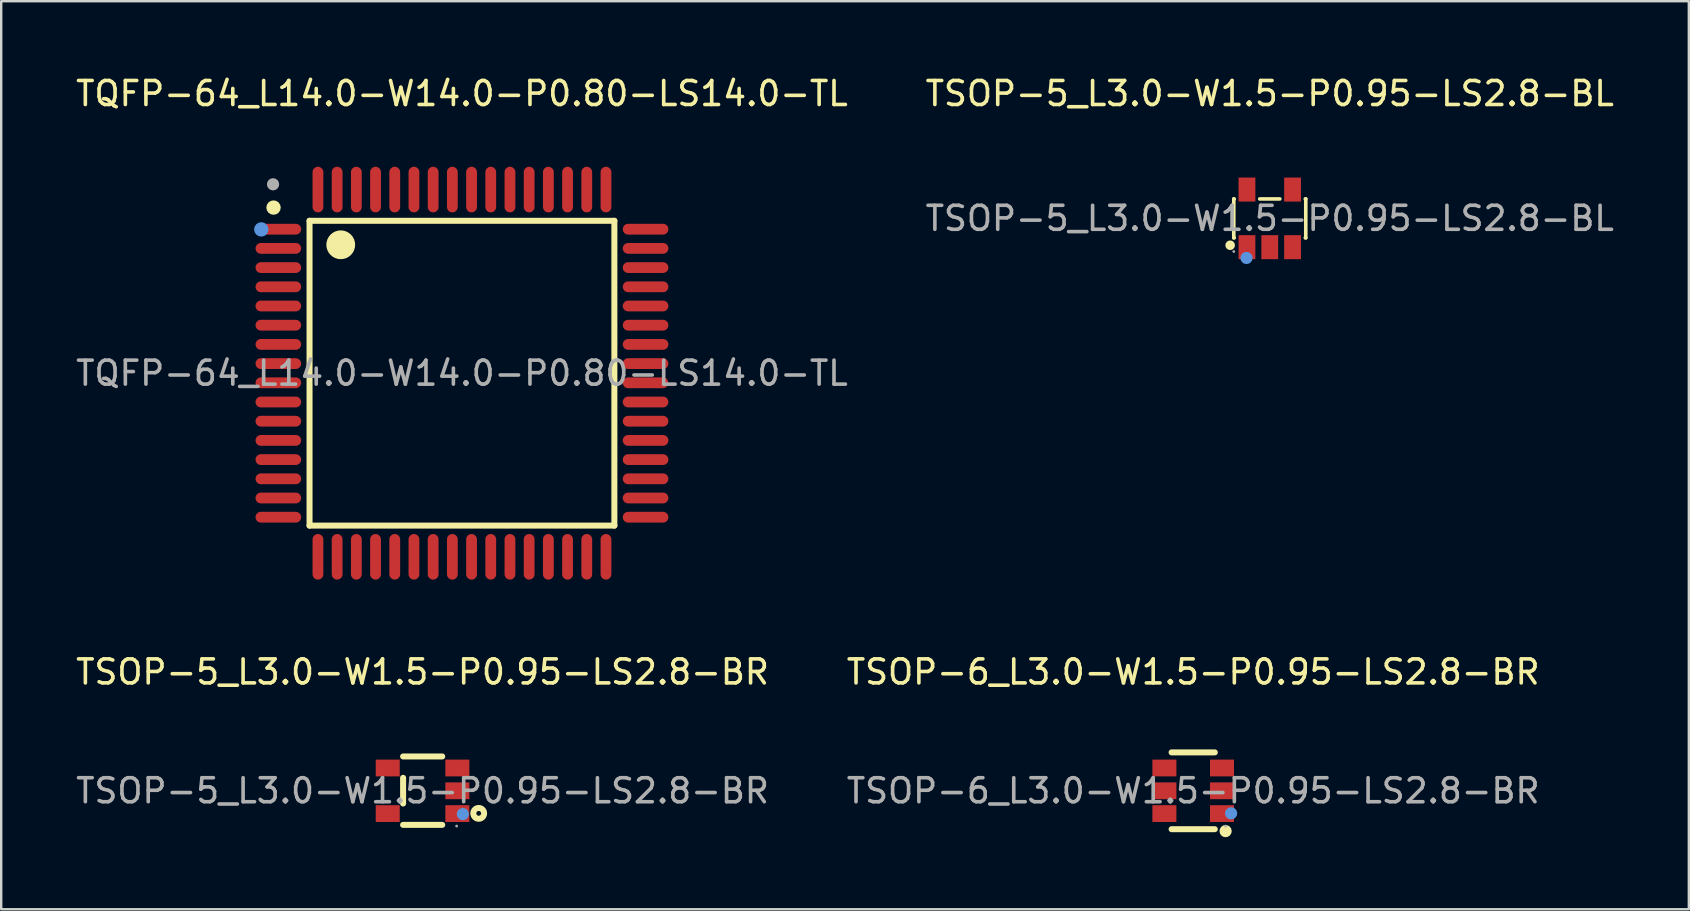
<source format=kicad_pcb>
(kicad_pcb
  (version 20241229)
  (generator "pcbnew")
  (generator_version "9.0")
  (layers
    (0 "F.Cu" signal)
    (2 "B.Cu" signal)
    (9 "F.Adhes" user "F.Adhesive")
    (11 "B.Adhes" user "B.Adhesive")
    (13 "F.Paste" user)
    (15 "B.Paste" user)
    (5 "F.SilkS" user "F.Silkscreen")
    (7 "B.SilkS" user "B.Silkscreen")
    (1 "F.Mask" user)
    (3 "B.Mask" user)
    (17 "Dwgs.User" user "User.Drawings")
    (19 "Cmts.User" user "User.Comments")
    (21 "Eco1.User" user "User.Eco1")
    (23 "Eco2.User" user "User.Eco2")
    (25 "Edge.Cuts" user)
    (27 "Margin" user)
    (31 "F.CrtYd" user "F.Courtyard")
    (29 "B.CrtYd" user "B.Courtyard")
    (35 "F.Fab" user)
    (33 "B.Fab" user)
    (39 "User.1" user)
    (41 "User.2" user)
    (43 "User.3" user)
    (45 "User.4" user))
  (footprint "TQFP-64_L14.0-W14.0-P0.80-LS14.0-TL"
    (layer "F.Cu")
    (at 16.196 12.498)
    (property "Reference" "TQFP-64_L14.0-W14.0-P0.80-LS14.0-TL" (at 0 -11.65 0) (layer "F.SilkS") (effects (font (size 1 1) (thickness 0.15))))
    (attr through_hole)
    (fp_line (start -6.35 -6.35) (end 6.35 -6.35) (stroke (width 0.25) (type solid)) (layer "F.SilkS"))
    (fp_line (start -6.35 6.35) (end -6.35 -6.35) (stroke (width 0.25) (type solid)) (layer "F.SilkS"))
    (fp_line (start 6.35 -6.35) (end 6.35 6.35) (stroke (width 0.25) (type solid)) (layer "F.SilkS"))
    (fp_line (start 6.35 6.35) (end -6.35 6.35) (stroke (width 0.25) (type solid)) (layer "F.SilkS"))
    (fp_arc (start -7.85 -6.9) (mid -7.85 -6.9) (end -7.85 -6.9) (stroke (width 0.3) (type solid)) (layer "F.SilkS"))
    (fp_arc (start -5.05 -5.35) (mid -5.05 -5.35) (end -5.05 -5.35) (stroke (width 0.6) (type solid)) (layer "F.SilkS"))
    (fp_circle (center -8.36 -5.99) (end -8.21 -5.99) (stroke (width 0.3) (type solid)) (fill no) (layer "Cmts.User"))
    (fp_circle (center -7.87 -7.87) (end -7.74 -7.87) (stroke (width 0.25) (type solid)) (fill no) (layer "F.Fab"))
    (fp_text user "${REFERENCE}" (at 0 0 0) (layer "F.Fab") (effects (font (size 1 1) (thickness 0.15))))
    (pad "1" smd oval (at -7.65 -6 90) (size 0.45 1.9) (layers "F.Cu" "F.Mask" "F.Paste"))
    (pad "2" smd oval (at -7.65 -5.2 90) (size 0.45 1.9) (layers "F.Cu" "F.Mask" "F.Paste"))
    (pad "3" smd oval (at -7.65 -4.4 90) (size 0.45 1.9) (layers "F.Cu" "F.Mask" "F.Paste"))
    (pad "4" smd oval (at -7.65 -3.6 90) (size 0.45 1.9) (layers "F.Cu" "F.Mask" "F.Paste"))
    (pad "5" smd oval (at -7.65 -2.8 90) (size 0.45 1.9) (layers "F.Cu" "F.Mask" "F.Paste"))
    (pad "6" smd oval (at -7.65 -2 90) (size 0.45 1.9) (layers "F.Cu" "F.Mask" "F.Paste"))
    (pad "7" smd oval (at -7.65 -1.2 90) (size 0.45 1.9) (layers "F.Cu" "F.Mask" "F.Paste"))
    (pad "8" smd oval (at -7.65 -0.4 90) (size 0.45 1.9) (layers "F.Cu" "F.Mask" "F.Paste"))
    (pad "9" smd oval (at -7.65 0.4 90) (size 0.45 1.9) (layers "F.Cu" "F.Mask" "F.Paste"))
    (pad "10" smd oval (at -7.65 1.2 90) (size 0.45 1.9) (layers "F.Cu" "F.Mask" "F.Paste"))
    (pad "11" smd oval (at -7.65 2 90) (size 0.45 1.9) (layers "F.Cu" "F.Mask" "F.Paste"))
    (pad "12" smd oval (at -7.65 2.8 90) (size 0.45 1.9) (layers "F.Cu" "F.Mask" "F.Paste"))
    (pad "13" smd oval (at -7.65 3.6 90) (size 0.45 1.9) (layers "F.Cu" "F.Mask" "F.Paste"))
    (pad "14" smd oval (at -7.65 4.4 90) (size 0.45 1.9) (layers "F.Cu" "F.Mask" "F.Paste"))
    (pad "15" smd oval (at -7.65 5.2 90) (size 0.45 1.9) (layers "F.Cu" "F.Mask" "F.Paste"))
    (pad "16" smd oval (at -7.65 6 90) (size 0.45 1.9) (layers "F.Cu" "F.Mask" "F.Paste"))
    (pad "17" smd oval (at -6 7.65) (size 0.45 1.9) (layers "F.Cu" "F.Mask" "F.Paste"))
    (pad "18" smd oval (at -5.2 7.65) (size 0.45 1.9) (layers "F.Cu" "F.Mask" "F.Paste"))
    (pad "19" smd oval (at -4.4 7.65) (size 0.45 1.9) (layers "F.Cu" "F.Mask" "F.Paste"))
    (pad "20" smd oval (at -3.6 7.65) (size 0.45 1.9) (layers "F.Cu" "F.Mask" "F.Paste"))
    (pad "21" smd oval (at -2.8 7.65) (size 0.45 1.9) (layers "F.Cu" "F.Mask" "F.Paste"))
    (pad "22" smd oval (at -2 7.65) (size 0.45 1.9) (layers "F.Cu" "F.Mask" "F.Paste"))
    (pad "23" smd oval (at -1.2 7.65) (size 0.45 1.9) (layers "F.Cu" "F.Mask" "F.Paste"))
    (pad "24" smd oval (at -0.4 7.65) (size 0.45 1.9) (layers "F.Cu" "F.Mask" "F.Paste"))
    (pad "25" smd oval (at 0.4 7.65) (size 0.45 1.9) (layers "F.Cu" "F.Mask" "F.Paste"))
    (pad "26" smd oval (at 1.2 7.65) (size 0.45 1.9) (layers "F.Cu" "F.Mask" "F.Paste"))
    (pad "27" smd oval (at 2 7.65) (size 0.45 1.9) (layers "F.Cu" "F.Mask" "F.Paste"))
    (pad "28" smd oval (at 2.8 7.65) (size 0.45 1.9) (layers "F.Cu" "F.Mask" "F.Paste"))
    (pad "29" smd oval (at 3.6 7.65) (size 0.45 1.9) (layers "F.Cu" "F.Mask" "F.Paste"))
    (pad "30" smd oval (at 4.4 7.65) (size 0.45 1.9) (layers "F.Cu" "F.Mask" "F.Paste"))
    (pad "31" smd oval (at 5.2 7.65) (size 0.45 1.9) (layers "F.Cu" "F.Mask" "F.Paste"))
    (pad "32" smd oval (at 6 7.65) (size 0.45 1.9) (layers "F.Cu" "F.Mask" "F.Paste"))
    (pad "33" smd oval (at 7.65 6 90) (size 0.45 1.9) (layers "F.Cu" "F.Mask" "F.Paste"))
    (pad "34" smd oval (at 7.65 5.2 90) (size 0.45 1.9) (layers "F.Cu" "F.Mask" "F.Paste"))
    (pad "35" smd oval (at 7.65 4.4 90) (size 0.45 1.9) (layers "F.Cu" "F.Mask" "F.Paste"))
    (pad "36" smd oval (at 7.65 3.6 90) (size 0.45 1.9) (layers "F.Cu" "F.Mask" "F.Paste"))
    (pad "37" smd oval (at 7.65 2.8 90) (size 0.45 1.9) (layers "F.Cu" "F.Mask" "F.Paste"))
    (pad "38" smd oval (at 7.65 2 90) (size 0.45 1.9) (layers "F.Cu" "F.Mask" "F.Paste"))
    (pad "39" smd oval (at 7.65 1.2 90) (size 0.45 1.9) (layers "F.Cu" "F.Mask" "F.Paste"))
    (pad "40" smd oval (at 7.65 0.4 90) (size 0.45 1.9) (layers "F.Cu" "F.Mask" "F.Paste"))
    (pad "41" smd oval (at 7.65 -0.4 90) (size 0.45 1.9) (layers "F.Cu" "F.Mask" "F.Paste"))
    (pad "42" smd oval (at 7.65 -1.2 90) (size 0.45 1.9) (layers "F.Cu" "F.Mask" "F.Paste"))
    (pad "43" smd oval (at 7.65 -2 90) (size 0.45 1.9) (layers "F.Cu" "F.Mask" "F.Paste"))
    (pad "44" smd oval (at 7.65 -2.8 90) (size 0.45 1.9) (layers "F.Cu" "F.Mask" "F.Paste"))
    (pad "45" smd oval (at 7.65 -3.6 90) (size 0.45 1.9) (layers "F.Cu" "F.Mask" "F.Paste"))
    (pad "46" smd oval (at 7.65 -4.4 90) (size 0.45 1.9) (layers "F.Cu" "F.Mask" "F.Paste"))
    (pad "47" smd oval (at 7.65 -5.2 90) (size 0.45 1.9) (layers "F.Cu" "F.Mask" "F.Paste"))
    (pad "48" smd oval (at 7.65 -6 90) (size 0.45 1.9) (layers "F.Cu" "F.Mask" "F.Paste"))
    (pad "49" smd oval (at 6 -7.65) (size 0.45 1.9) (layers "F.Cu" "F.Mask" "F.Paste"))
    (pad "50" smd oval (at 5.2 -7.65) (size 0.45 1.9) (layers "F.Cu" "F.Mask" "F.Paste"))
    (pad "51" smd oval (at 4.4 -7.65) (size 0.45 1.9) (layers "F.Cu" "F.Mask" "F.Paste"))
    (pad "52" smd oval (at 3.6 -7.65) (size 0.45 1.9) (layers "F.Cu" "F.Mask" "F.Paste"))
    (pad "53" smd oval (at 2.8 -7.65) (size 0.45 1.9) (layers "F.Cu" "F.Mask" "F.Paste"))
    (pad "54" smd oval (at 2 -7.65) (size 0.45 1.9) (layers "F.Cu" "F.Mask" "F.Paste"))
    (pad "55" smd oval (at 1.2 -7.65) (size 0.45 1.9) (layers "F.Cu" "F.Mask" "F.Paste"))
    (pad "56" smd oval (at 0.4 -7.65) (size 0.45 1.9) (layers "F.Cu" "F.Mask" "F.Paste"))
    (pad "57" smd oval (at -0.4 -7.65) (size 0.45 1.9) (layers "F.Cu" "F.Mask" "F.Paste"))
    (pad "58" smd oval (at -1.2 -7.65) (size 0.45 1.9) (layers "F.Cu" "F.Mask" "F.Paste"))
    (pad "59" smd oval (at -2 -7.65) (size 0.45 1.9) (layers "F.Cu" "F.Mask" "F.Paste"))
    (pad "60" smd oval (at -2.8 -7.65) (size 0.45 1.9) (layers "F.Cu" "F.Mask" "F.Paste"))
    (pad "61" smd oval (at -3.6 -7.65) (size 0.45 1.9) (layers "F.Cu" "F.Mask" "F.Paste"))
    (pad "62" smd oval (at -4.4 -7.65) (size 0.45 1.9) (layers "F.Cu" "F.Mask" "F.Paste"))
    (pad "63" smd oval (at -5.2 -7.65) (size 0.45 1.9) (layers "F.Cu" "F.Mask" "F.Paste"))
    (pad "64" smd oval (at -6 -7.65) (size 0.45 1.9) (layers "F.Cu" "F.Mask" "F.Paste")))
  (footprint "TSOP-5_L3.0-W1.5-P0.95-LS2.8-BL"
    (layer "F.Cu")
    (at 49.851 6.048)
    (property "Reference" "TSOP-5_L3.0-W1.5-P0.95-LS2.8-BL" (at 0 -5.2 0) (layer "F.SilkS") (effects (font (size 1 1) (thickness 0.15))))
    (attr through_hole)
    (fp_line (start -1.5 -0.81) (end -1.48 -0.81) (stroke (width 0.15) (type solid)) (layer "F.SilkS"))
    (fp_line (start -1.5 0.81) (end -1.5 -0.81) (stroke (width 0.15) (type solid)) (layer "F.SilkS"))
    (fp_line (start -1.48 0.81) (end -1.5 0.81) (stroke (width 0.15) (type solid)) (layer "F.SilkS"))
    (fp_line (start -0.42 -0.81) (end 0.42 -0.81) (stroke (width 0.15) (type solid)) (layer "F.SilkS"))
    (fp_line (start 1.48 -0.81) (end 1.5 -0.81) (stroke (width 0.15) (type solid)) (layer "F.SilkS"))
    (fp_line (start 1.5 -0.81) (end 1.5 0.81) (stroke (width 0.15) (type solid)) (layer "F.SilkS"))
    (fp_line (start 1.5 0.81) (end 1.48 0.81) (stroke (width 0.15) (type solid)) (layer "F.SilkS"))
    (fp_circle (center -1.65 1.12) (end -1.55 1.12) (stroke (width 0.2) (type solid)) (fill no) (layer "F.SilkS"))
    (fp_circle (center -0.97 1.65) (end -0.84 1.65) (stroke (width 0.25) (type solid)) (fill no) (layer "Cmts.User"))
    (fp_circle (center -1.5 1.38) (end -1.47 1.38) (stroke (width 0.06) (type solid)) (fill no) (layer "F.Fab"))
    (fp_text user "${REFERENCE}" (at 0 0 0) (layer "F.Fab") (effects (font (size 1 1) (thickness 0.15))))
    (pad "1" smd rect (at -0.95 1.2) (size 0.7 1) (layers "F.Cu" "F.Mask" "F.Paste"))
    (pad "2" smd rect (at 0 1.2) (size 0.7 1) (layers "F.Cu" "F.Mask" "F.Paste"))
    (pad "3" smd rect (at 0.95 1.2) (size 0.7 1) (layers "F.Cu" "F.Mask" "F.Paste"))
    (pad "4" smd rect (at 0.95 -1.2) (size 0.7 1) (layers "F.Cu" "F.Mask" "F.Paste"))
    (pad "5" smd rect (at -0.95 -1.2) (size 0.7 1) (layers "F.Cu" "F.Mask" "F.Paste")))
  (footprint "TSOP-5_L3.0-W1.5-P0.95-LS2.8-BR"
    (layer "F.Cu")
    (at 14.554 29.896)
    (property "Reference" "TSOP-5_L3.0-W1.5-P0.95-LS2.8-BR" (at 0 -4.95 0) (layer "F.SilkS") (effects (font (size 1 1) (thickness 0.15))))
    (attr through_hole)
    (fp_line (start -0.81 -1.43) (end 0.82 -1.43) (stroke (width 0.25) (type solid)) (layer "F.SilkS"))
    (fp_line (start -0.81 0.53) (end -0.81 -0.54) (stroke (width 0.25) (type solid)) (layer "F.SilkS"))
    (fp_line (start 0.82 1.42) (end -0.81 1.42) (stroke (width 0.25) (type solid)) (layer "F.SilkS"))
    (fp_circle (center 2.34 0.94) (end 2.44 0.94) (stroke (width 0.25) (type solid)) (fill no) (layer "F.SilkS"))
    (fp_circle (center 1.68 0.97) (end 1.81 0.97) (stroke (width 0.25) (type solid)) (fill no) (layer "Cmts.User"))
    (fp_circle (center 1.42 1.47) (end 1.45 1.47) (stroke (width 0.06) (type solid)) (fill no) (layer "F.Fab"))
    (fp_text user "${REFERENCE}" (at 0 0 0) (layer "F.Fab") (effects (font (size 1 1) (thickness 0.15))))
    (pad "1" smd rect (at 1.45 0.95 90) (size 0.7 1) (layers "F.Cu" "F.Mask" "F.Paste"))
    (pad "2" smd rect (at 1.45 0 90) (size 0.7 1) (layers "F.Cu" "F.Mask" "F.Paste"))
    (pad "3" smd rect (at 1.45 -0.95 90) (size 0.7 1) (layers "F.Cu" "F.Mask" "F.Paste"))
    (pad "4" smd rect (at -1.45 -0.95 90) (size 0.7 1) (layers "F.Cu" "F.Mask" "F.Paste"))
    (pad "5" smd rect (at -1.45 0.95 90) (size 0.7 1) (layers "F.Cu" "F.Mask" "F.Paste")))
  (footprint "TSOP-6_L3.0-W1.5-P0.95-LS2.8-BR"
    (layer "F.Cu")
    (at 46.661 29.896)
    (property "Reference" "TSOP-6_L3.0-W1.5-P0.95-LS2.8-BR" (at 0 -4.95 0) (layer "F.SilkS") (effects (font (size 1 1) (thickness 0.15))))
    (attr through_hole)
    (fp_line (start -0.9 -1.6) (end 0.9 -1.6) (stroke (width 0.25) (type solid)) (layer "F.SilkS"))
    (fp_line (start -0.9 1.6) (end 0.9 1.6) (stroke (width 0.25) (type solid)) (layer "F.SilkS"))
    (fp_circle (center 1.35 1.68) (end 1.48 1.68) (stroke (width 0.25) (type solid)) (fill no) (layer "F.SilkS"))
    (fp_circle (center 1.58 0.94) (end 1.71 0.94) (stroke (width 0.25) (type solid)) (fill no) (layer "Cmts.User"))
    (fp_circle (center 1.35 1.47) (end 1.38 1.47) (stroke (width 0.06) (type solid)) (fill no) (layer "F.Fab"))
    (fp_text user "${REFERENCE}" (at 0 0 0) (layer "F.Fab") (effects (font (size 1 1) (thickness 0.15))))
    (pad "1" smd rect (at 1.2 0.95) (size 1 0.7) (layers "F.Cu" "F.Mask" "F.Paste"))
    (pad "2" smd rect (at 1.2 0) (size 1 0.7) (layers "F.Cu" "F.Mask" "F.Paste"))
    (pad "3" smd rect (at 1.2 -0.95) (size 1 0.7) (layers "F.Cu" "F.Mask" "F.Paste"))
    (pad "4" smd rect (at -1.2 -0.95) (size 1 0.7) (layers "F.Cu" "F.Mask" "F.Paste"))
    (pad "5" smd rect (at -1.2 0) (size 1 0.7) (layers "F.Cu" "F.Mask" "F.Paste"))
    (pad "6" smd rect (at -1.2 0.95) (size 1 0.7) (layers "F.Cu" "F.Mask" "F.Paste")))
  (gr_rect
    (start -3 -3)
    (end 67.31 34.831)
    (stroke (width 0.1) (type default))
    (fill no)
    (layer "Edge.Cuts")))
</source>
